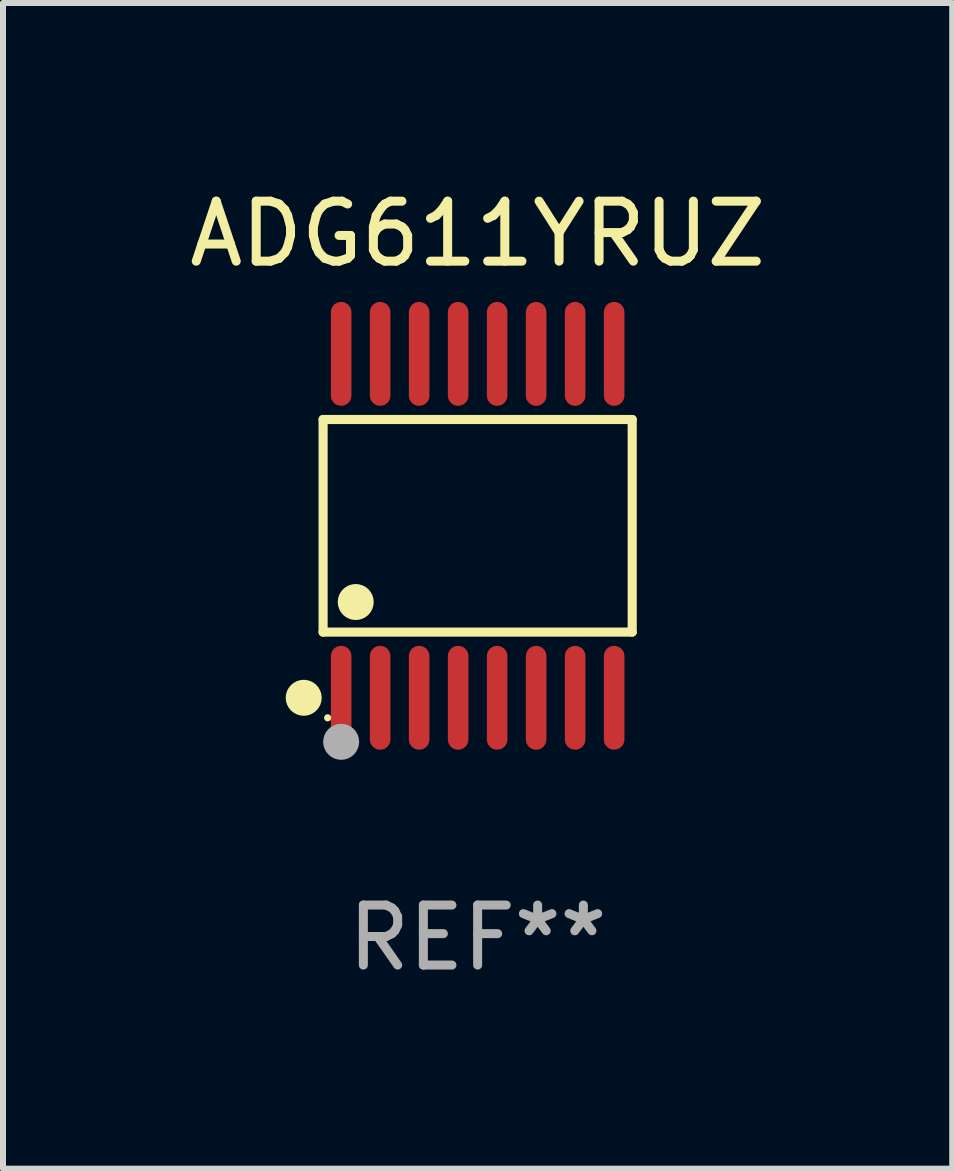
<source format=kicad_pcb>
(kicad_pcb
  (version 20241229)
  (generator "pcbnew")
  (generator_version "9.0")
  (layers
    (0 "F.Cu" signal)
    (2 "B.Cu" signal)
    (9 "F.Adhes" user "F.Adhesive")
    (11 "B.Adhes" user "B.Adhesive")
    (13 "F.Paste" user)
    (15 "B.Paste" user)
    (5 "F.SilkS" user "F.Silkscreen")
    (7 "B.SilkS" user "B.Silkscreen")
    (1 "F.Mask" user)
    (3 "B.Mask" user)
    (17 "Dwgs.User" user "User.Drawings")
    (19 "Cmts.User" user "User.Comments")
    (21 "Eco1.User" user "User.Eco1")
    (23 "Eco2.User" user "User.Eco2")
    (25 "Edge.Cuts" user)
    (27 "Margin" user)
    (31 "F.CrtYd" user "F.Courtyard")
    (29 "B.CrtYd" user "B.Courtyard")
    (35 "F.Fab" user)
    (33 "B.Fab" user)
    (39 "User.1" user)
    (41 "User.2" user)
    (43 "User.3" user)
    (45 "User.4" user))
  (footprint "ADG611YRUZ"
    (layer "F.Cu")
    (at 4.911 5.714)
    (property "Reference" "ADG611YRUZ" (at 0 -4.866 0) (layer "F.SilkS") (effects (font (size 1 1) (thickness 0.15))))
    (attr through_hole)
    (fp_line (start -2.576 -1.772) (end 2.576 -1.772) (stroke (width 0.152) (type solid)) (layer "F.SilkS"))
    (fp_line (start -2.576 1.771) (end -2.576 -1.772) (stroke (width 0.152) (type solid)) (layer "F.SilkS"))
    (fp_line (start 2.576 -1.772) (end 2.576 1.771) (stroke (width 0.152) (type solid)) (layer "F.SilkS"))
    (fp_line (start 2.576 1.771) (end -2.576 1.771) (stroke (width 0.152) (type solid)) (layer "F.SilkS"))
    (fp_circle (center -2.899 2.866) (end -2.749 2.866) (stroke (width 0.3) (type solid)) (fill no) (layer "F.SilkS"))
    (fp_circle (center -2.5 3.2) (end -2.47 3.2) (stroke (width 0.06) (type solid)) (fill no) (layer "F.SilkS"))
    (fp_circle (center -2.032 1.27) (end -1.882 1.27) (stroke (width 0.3) (type solid)) (fill no) (layer "F.SilkS"))
    (fp_circle (center -2.275 3.6) (end -2.125 3.6) (stroke (width 0.3) (type solid)) (fill no) (layer "F.Fab"))
    (fp_text user "REF**" (at 0 6.866 0) (layer "F.Fab") (effects (font (size 1 1) (thickness 0.15))))
    (pad "1" smd oval (at -2.275 2.866) (size 0.343 1.731) (layers "F.Cu" "F.Mask" "F.Paste"))
    (pad "2" smd oval (at -1.625 2.866) (size 0.343 1.731) (layers "F.Cu" "F.Mask" "F.Paste"))
    (pad "3" smd oval (at -0.975 2.866) (size 0.343 1.731) (layers "F.Cu" "F.Mask" "F.Paste"))
    (pad "4" smd oval (at -0.325 2.866) (size 0.343 1.731) (layers "F.Cu" "F.Mask" "F.Paste"))
    (pad "5" smd oval (at 0.325 2.866) (size 0.343 1.731) (layers "F.Cu" "F.Mask" "F.Paste"))
    (pad "6" smd oval (at 0.975 2.866) (size 0.343 1.731) (layers "F.Cu" "F.Mask" "F.Paste"))
    (pad "7" smd oval (at 1.625 2.866) (size 0.343 1.731) (layers "F.Cu" "F.Mask" "F.Paste"))
    (pad "8" smd oval (at 2.275 2.866) (size 0.343 1.731) (layers "F.Cu" "F.Mask" "F.Paste"))
    (pad "9" smd oval (at 2.275 -2.866) (size 0.343 1.731) (layers "F.Cu" "F.Mask" "F.Paste"))
    (pad "10" smd oval (at 1.625 -2.866) (size 0.343 1.731) (layers "F.Cu" "F.Mask" "F.Paste"))
    (pad "11" smd oval (at 0.975 -2.866) (size 0.343 1.731) (layers "F.Cu" "F.Mask" "F.Paste"))
    (pad "12" smd oval (at 0.325 -2.866) (size 0.343 1.731) (layers "F.Cu" "F.Mask" "F.Paste"))
    (pad "13" smd oval (at -0.325 -2.866) (size 0.343 1.731) (layers "F.Cu" "F.Mask" "F.Paste"))
    (pad "14" smd oval (at -0.975 -2.866) (size 0.343 1.731) (layers "F.Cu" "F.Mask" "F.Paste"))
    (pad "15" smd oval (at -1.625 -2.866) (size 0.343 1.731) (layers "F.Cu" "F.Mask" "F.Paste"))
    (pad "16" smd oval (at -2.275 -2.866) (size 0.343 1.731) (layers "F.Cu" "F.Mask" "F.Paste")))
  (gr_rect
    (start -3 -3)
    (end 12.821 16.428)
    (stroke (width 0.1) (type default))
    (fill no)
    (layer "Edge.Cuts")))
</source>
